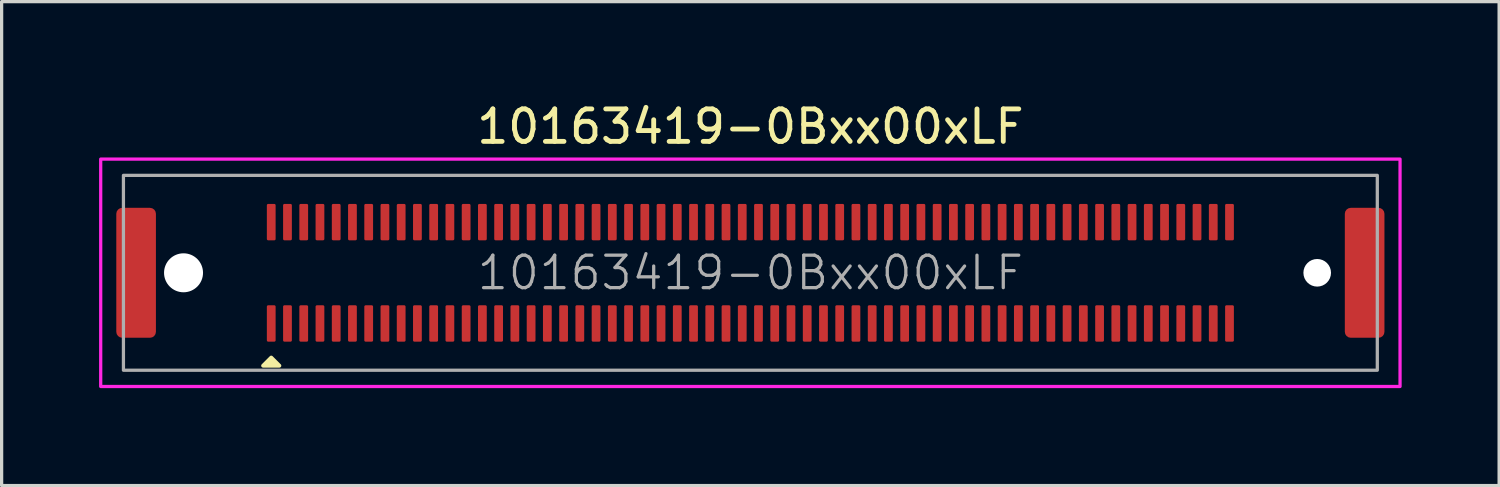
<source format=kicad_pcb>
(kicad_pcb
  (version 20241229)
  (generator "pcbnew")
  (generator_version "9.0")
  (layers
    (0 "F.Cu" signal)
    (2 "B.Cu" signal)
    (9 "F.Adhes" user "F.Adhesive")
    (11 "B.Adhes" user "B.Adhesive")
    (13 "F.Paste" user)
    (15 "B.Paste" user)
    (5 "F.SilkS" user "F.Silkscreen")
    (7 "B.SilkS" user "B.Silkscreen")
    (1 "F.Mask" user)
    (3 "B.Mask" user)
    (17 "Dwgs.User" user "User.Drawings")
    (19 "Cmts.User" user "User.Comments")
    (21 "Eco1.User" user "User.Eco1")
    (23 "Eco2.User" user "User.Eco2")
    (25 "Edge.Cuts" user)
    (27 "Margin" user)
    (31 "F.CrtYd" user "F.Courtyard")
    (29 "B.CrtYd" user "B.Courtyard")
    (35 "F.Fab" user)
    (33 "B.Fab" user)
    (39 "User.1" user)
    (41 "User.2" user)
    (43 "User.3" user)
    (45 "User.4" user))
  (footprint "10163419-0Bxx00xLF"
    (layer "F.Cu")
    (at 20.05 5.348)
    (property "Reference" "10163419-0Bxx00xLF" (at 0 -4.5 0) (unlocked yes) (layer "F.SilkS") (effects (font (size 1 1) (thickness 0.15))))
    (attr smd)
    (fp_poly (pts (xy -14.75 2.61) (xy -15 2.86) (xy -14.5 2.86)) (stroke (width 0.12) (type solid)) (fill yes) (layer "F.SilkS"))
    (fp_rect (start -20 -3.5) (end 20 3.5) (stroke (width 0.1) (type solid)) (fill no) (layer "F.CrtYd"))
    (fp_rect (start -19.3 -3) (end 19.3 3) (stroke (width 0.1) (type solid)) (fill no) (layer "F.Fab"))
    (fp_text user "${REFERENCE}" (at 0 0 0) (unlocked yes) (layer "F.Fab") (effects (font (size 1 1) (thickness 0.1))))
    (pad "" np_thru_hole circle (at -17.45 0 90) (size 1.2 1.2) (drill 1.2) (layers "*.Cu" "*.Mask"))
    (pad "" np_thru_hole circle (at 17.45 0 90) (size 0.85 0.85) (drill 0.85) (layers "*.Cu" "*.Mask"))
    (pad "1" smd roundrect (at -14.75 1.56) (size 0.27 1.12) (layers "F.Cu" "F.Mask" "F.Paste") (roundrect_rratio 0.15))
    (pad "2" smd roundrect (at -14.75 -1.56) (size 0.27 1.12) (layers "F.Cu" "F.Mask" "F.Paste") (roundrect_rratio 0.15))
    (pad "3" smd roundrect (at -14.25 1.56) (size 0.27 1.12) (layers "F.Cu" "F.Mask" "F.Paste") (roundrect_rratio 0.15))
    (pad "4" smd roundrect (at -14.25 -1.56) (size 0.27 1.12) (layers "F.Cu" "F.Mask" "F.Paste") (roundrect_rratio 0.15))
    (pad "5" smd roundrect (at -13.75 1.56) (size 0.27 1.12) (layers "F.Cu" "F.Mask" "F.Paste") (roundrect_rratio 0.15))
    (pad "6" smd roundrect (at -13.75 -1.56) (size 0.27 1.12) (layers "F.Cu" "F.Mask" "F.Paste") (roundrect_rratio 0.15))
    (pad "7" smd roundrect (at -13.25 1.56) (size 0.27 1.12) (layers "F.Cu" "F.Mask" "F.Paste") (roundrect_rratio 0.15))
    (pad "8" smd roundrect (at -13.25 -1.56) (size 0.27 1.12) (layers "F.Cu" "F.Mask" "F.Paste") (roundrect_rratio 0.15))
    (pad "9" smd roundrect (at -12.75 1.56) (size 0.27 1.12) (layers "F.Cu" "F.Mask" "F.Paste") (roundrect_rratio 0.15))
    (pad "10" smd roundrect (at -12.75 -1.56) (size 0.27 1.12) (layers "F.Cu" "F.Mask" "F.Paste") (roundrect_rratio 0.15))
    (pad "11" smd roundrect (at -12.25 1.56) (size 0.27 1.12) (layers "F.Cu" "F.Mask" "F.Paste") (roundrect_rratio 0.15))
    (pad "12" smd roundrect (at -12.25 -1.56) (size 0.27 1.12) (layers "F.Cu" "F.Mask" "F.Paste") (roundrect_rratio 0.15))
    (pad "13" smd roundrect (at -11.75 1.56) (size 0.27 1.12) (layers "F.Cu" "F.Mask" "F.Paste") (roundrect_rratio 0.15))
    (pad "14" smd roundrect (at -11.75 -1.56) (size 0.27 1.12) (layers "F.Cu" "F.Mask" "F.Paste") (roundrect_rratio 0.15))
    (pad "15" smd roundrect (at -11.25 1.56) (size 0.27 1.12) (layers "F.Cu" "F.Mask" "F.Paste") (roundrect_rratio 0.15))
    (pad "16" smd roundrect (at -11.25 -1.56) (size 0.27 1.12) (layers "F.Cu" "F.Mask" "F.Paste") (roundrect_rratio 0.15))
    (pad "17" smd roundrect (at -10.75 1.56) (size 0.27 1.12) (layers "F.Cu" "F.Mask" "F.Paste") (roundrect_rratio 0.15))
    (pad "18" smd roundrect (at -10.75 -1.56) (size 0.27 1.12) (layers "F.Cu" "F.Mask" "F.Paste") (roundrect_rratio 0.15))
    (pad "19" smd roundrect (at -10.25 1.56) (size 0.27 1.12) (layers "F.Cu" "F.Mask" "F.Paste") (roundrect_rratio 0.15))
    (pad "20" smd roundrect (at -10.25 -1.56) (size 0.27 1.12) (layers "F.Cu" "F.Mask" "F.Paste") (roundrect_rratio 0.15))
    (pad "21" smd roundrect (at -9.75 1.56) (size 0.27 1.12) (layers "F.Cu" "F.Mask" "F.Paste") (roundrect_rratio 0.15))
    (pad "22" smd roundrect (at -9.75 -1.56) (size 0.27 1.12) (layers "F.Cu" "F.Mask" "F.Paste") (roundrect_rratio 0.15))
    (pad "23" smd roundrect (at -9.25 1.56) (size 0.27 1.12) (layers "F.Cu" "F.Mask" "F.Paste") (roundrect_rratio 0.15))
    (pad "24" smd roundrect (at -9.25 -1.56) (size 0.27 1.12) (layers "F.Cu" "F.Mask" "F.Paste") (roundrect_rratio 0.15))
    (pad "25" smd roundrect (at -8.75 1.56) (size 0.27 1.12) (layers "F.Cu" "F.Mask" "F.Paste") (roundrect_rratio 0.15))
    (pad "26" smd roundrect (at -8.75 -1.56) (size 0.27 1.12) (layers "F.Cu" "F.Mask" "F.Paste") (roundrect_rratio 0.15))
    (pad "27" smd roundrect (at -8.25 1.56) (size 0.27 1.12) (layers "F.Cu" "F.Mask" "F.Paste") (roundrect_rratio 0.15))
    (pad "28" smd roundrect (at -8.25 -1.56) (size 0.27 1.12) (layers "F.Cu" "F.Mask" "F.Paste") (roundrect_rratio 0.15))
    (pad "29" smd roundrect (at -7.75 1.56) (size 0.27 1.12) (layers "F.Cu" "F.Mask" "F.Paste") (roundrect_rratio 0.15))
    (pad "30" smd roundrect (at -7.75 -1.56) (size 0.27 1.12) (layers "F.Cu" "F.Mask" "F.Paste") (roundrect_rratio 0.15))
    (pad "31" smd roundrect (at -7.25 1.56) (size 0.27 1.12) (layers "F.Cu" "F.Mask" "F.Paste") (roundrect_rratio 0.15))
    (pad "32" smd roundrect (at -7.25 -1.56) (size 0.27 1.12) (layers "F.Cu" "F.Mask" "F.Paste") (roundrect_rratio 0.15))
    (pad "33" smd roundrect (at -6.75 1.56) (size 0.27 1.12) (layers "F.Cu" "F.Mask" "F.Paste") (roundrect_rratio 0.15))
    (pad "34" smd roundrect (at -6.75 -1.56) (size 0.27 1.12) (layers "F.Cu" "F.Mask" "F.Paste") (roundrect_rratio 0.15))
    (pad "35" smd roundrect (at -6.25 1.56) (size 0.27 1.12) (layers "F.Cu" "F.Mask" "F.Paste") (roundrect_rratio 0.15))
    (pad "36" smd roundrect (at -6.25 -1.56) (size 0.27 1.12) (layers "F.Cu" "F.Mask" "F.Paste") (roundrect_rratio 0.15))
    (pad "37" smd roundrect (at -5.75 1.56) (size 0.27 1.12) (layers "F.Cu" "F.Mask" "F.Paste") (roundrect_rratio 0.15))
    (pad "38" smd roundrect (at -5.75 -1.56) (size 0.27 1.12) (layers "F.Cu" "F.Mask" "F.Paste") (roundrect_rratio 0.15))
    (pad "39" smd roundrect (at -5.25 1.56) (size 0.27 1.12) (layers "F.Cu" "F.Mask" "F.Paste") (roundrect_rratio 0.15))
    (pad "40" smd roundrect (at -5.25 -1.56) (size 0.27 1.12) (layers "F.Cu" "F.Mask" "F.Paste") (roundrect_rratio 0.15))
    (pad "41" smd roundrect (at -4.75 1.56) (size 0.27 1.12) (layers "F.Cu" "F.Mask" "F.Paste") (roundrect_rratio 0.15))
    (pad "42" smd roundrect (at -4.75 -1.56) (size 0.27 1.12) (layers "F.Cu" "F.Mask" "F.Paste") (roundrect_rratio 0.15))
    (pad "43" smd roundrect (at -4.25 1.56) (size 0.27 1.12) (layers "F.Cu" "F.Mask" "F.Paste") (roundrect_rratio 0.15))
    (pad "44" smd roundrect (at -4.25 -1.56) (size 0.27 1.12) (layers "F.Cu" "F.Mask" "F.Paste") (roundrect_rratio 0.15))
    (pad "45" smd roundrect (at -3.75 1.56) (size 0.27 1.12) (layers "F.Cu" "F.Mask" "F.Paste") (roundrect_rratio 0.15))
    (pad "46" smd roundrect (at -3.75 -1.56) (size 0.27 1.12) (layers "F.Cu" "F.Mask" "F.Paste") (roundrect_rratio 0.15))
    (pad "47" smd roundrect (at -3.25 1.56) (size 0.27 1.12) (layers "F.Cu" "F.Mask" "F.Paste") (roundrect_rratio 0.15))
    (pad "48" smd roundrect (at -3.25 -1.56) (size 0.27 1.12) (layers "F.Cu" "F.Mask" "F.Paste") (roundrect_rratio 0.15))
    (pad "49" smd roundrect (at -2.75 1.56) (size 0.27 1.12) (layers "F.Cu" "F.Mask" "F.Paste") (roundrect_rratio 0.15))
    (pad "50" smd roundrect (at -2.75 -1.56) (size 0.27 1.12) (layers "F.Cu" "F.Mask" "F.Paste") (roundrect_rratio 0.15))
    (pad "51" smd roundrect (at -2.25 1.56) (size 0.27 1.12) (layers "F.Cu" "F.Mask" "F.Paste") (roundrect_rratio 0.15))
    (pad "52" smd roundrect (at -2.25 -1.56) (size 0.27 1.12) (layers "F.Cu" "F.Mask" "F.Paste") (roundrect_rratio 0.15))
    (pad "53" smd roundrect (at -1.75 1.56) (size 0.27 1.12) (layers "F.Cu" "F.Mask" "F.Paste") (roundrect_rratio 0.15))
    (pad "54" smd roundrect (at -1.75 -1.56) (size 0.27 1.12) (layers "F.Cu" "F.Mask" "F.Paste") (roundrect_rratio 0.15))
    (pad "55" smd roundrect (at -1.25 1.56) (size 0.27 1.12) (layers "F.Cu" "F.Mask" "F.Paste") (roundrect_rratio 0.15))
    (pad "56" smd roundrect (at -1.25 -1.56) (size 0.27 1.12) (layers "F.Cu" "F.Mask" "F.Paste") (roundrect_rratio 0.15))
    (pad "57" smd roundrect (at -0.75 1.56) (size 0.27 1.12) (layers "F.Cu" "F.Mask" "F.Paste") (roundrect_rratio 0.15))
    (pad "58" smd roundrect (at -0.75 -1.56) (size 0.27 1.12) (layers "F.Cu" "F.Mask" "F.Paste") (roundrect_rratio 0.15))
    (pad "59" smd roundrect (at -0.25 1.56) (size 0.27 1.12) (layers "F.Cu" "F.Mask" "F.Paste") (roundrect_rratio 0.15))
    (pad "60" smd roundrect (at -0.25 -1.56) (size 0.27 1.12) (layers "F.Cu" "F.Mask" "F.Paste") (roundrect_rratio 0.15))
    (pad "61" smd roundrect (at 0.25 1.56) (size 0.27 1.12) (layers "F.Cu" "F.Mask" "F.Paste") (roundrect_rratio 0.15))
    (pad "62" smd roundrect (at 0.25 -1.56) (size 0.27 1.12) (layers "F.Cu" "F.Mask" "F.Paste") (roundrect_rratio 0.15))
    (pad "63" smd roundrect (at 0.75 1.56) (size 0.27 1.12) (layers "F.Cu" "F.Mask" "F.Paste") (roundrect_rratio 0.15))
    (pad "64" smd roundrect (at 0.75 -1.56) (size 0.27 1.12) (layers "F.Cu" "F.Mask" "F.Paste") (roundrect_rratio 0.15))
    (pad "65" smd roundrect (at 1.25 1.56) (size 0.27 1.12) (layers "F.Cu" "F.Mask" "F.Paste") (roundrect_rratio 0.15))
    (pad "66" smd roundrect (at 1.25 -1.56) (size 0.27 1.12) (layers "F.Cu" "F.Mask" "F.Paste") (roundrect_rratio 0.15))
    (pad "67" smd roundrect (at 1.75 1.56) (size 0.27 1.12) (layers "F.Cu" "F.Mask" "F.Paste") (roundrect_rratio 0.15))
    (pad "68" smd roundrect (at 1.75 -1.56) (size 0.27 1.12) (layers "F.Cu" "F.Mask" "F.Paste") (roundrect_rratio 0.15))
    (pad "69" smd roundrect (at 2.25 1.56) (size 0.27 1.12) (layers "F.Cu" "F.Mask" "F.Paste") (roundrect_rratio 0.15))
    (pad "70" smd roundrect (at 2.25 -1.56) (size 0.27 1.12) (layers "F.Cu" "F.Mask" "F.Paste") (roundrect_rratio 0.15))
    (pad "71" smd roundrect (at 2.75 1.56) (size 0.27 1.12) (layers "F.Cu" "F.Mask" "F.Paste") (roundrect_rratio 0.15))
    (pad "72" smd roundrect (at 2.75 -1.56) (size 0.27 1.12) (layers "F.Cu" "F.Mask" "F.Paste") (roundrect_rratio 0.15))
    (pad "73" smd roundrect (at 3.25 1.56) (size 0.27 1.12) (layers "F.Cu" "F.Mask" "F.Paste") (roundrect_rratio 0.15))
    (pad "74" smd roundrect (at 3.25 -1.56) (size 0.27 1.12) (layers "F.Cu" "F.Mask" "F.Paste") (roundrect_rratio 0.15))
    (pad "75" smd roundrect (at 3.75 1.56) (size 0.27 1.12) (layers "F.Cu" "F.Mask" "F.Paste") (roundrect_rratio 0.15))
    (pad "76" smd roundrect (at 3.75 -1.56) (size 0.27 1.12) (layers "F.Cu" "F.Mask" "F.Paste") (roundrect_rratio 0.15))
    (pad "77" smd roundrect (at 4.25 1.56) (size 0.27 1.12) (layers "F.Cu" "F.Mask" "F.Paste") (roundrect_rratio 0.15))
    (pad "78" smd roundrect (at 4.25 -1.56) (size 0.27 1.12) (layers "F.Cu" "F.Mask" "F.Paste") (roundrect_rratio 0.15))
    (pad "79" smd roundrect (at 4.75 1.56) (size 0.27 1.12) (layers "F.Cu" "F.Mask" "F.Paste") (roundrect_rratio 0.15))
    (pad "80" smd roundrect (at 4.75 -1.56) (size 0.27 1.12) (layers "F.Cu" "F.Mask" "F.Paste") (roundrect_rratio 0.15))
    (pad "81" smd roundrect (at 5.25 1.56) (size 0.27 1.12) (layers "F.Cu" "F.Mask" "F.Paste") (roundrect_rratio 0.15))
    (pad "82" smd roundrect (at 5.25 -1.56) (size 0.27 1.12) (layers "F.Cu" "F.Mask" "F.Paste") (roundrect_rratio 0.15))
    (pad "83" smd roundrect (at 5.75 1.56) (size 0.27 1.12) (layers "F.Cu" "F.Mask" "F.Paste") (roundrect_rratio 0.15))
    (pad "84" smd roundrect (at 5.75 -1.56) (size 0.27 1.12) (layers "F.Cu" "F.Mask" "F.Paste") (roundrect_rratio 0.15))
    (pad "85" smd roundrect (at 6.25 1.56) (size 0.27 1.12) (layers "F.Cu" "F.Mask" "F.Paste") (roundrect_rratio 0.15))
    (pad "86" smd roundrect (at 6.25 -1.56) (size 0.27 1.12) (layers "F.Cu" "F.Mask" "F.Paste") (roundrect_rratio 0.15))
    (pad "87" smd roundrect (at 6.75 1.56) (size 0.27 1.12) (layers "F.Cu" "F.Mask" "F.Paste") (roundrect_rratio 0.15))
    (pad "88" smd roundrect (at 6.75 -1.56) (size 0.27 1.12) (layers "F.Cu" "F.Mask" "F.Paste") (roundrect_rratio 0.15))
    (pad "89" smd roundrect (at 7.25 1.56) (size 0.27 1.12) (layers "F.Cu" "F.Mask" "F.Paste") (roundrect_rratio 0.15))
    (pad "90" smd roundrect (at 7.25 -1.56) (size 0.27 1.12) (layers "F.Cu" "F.Mask" "F.Paste") (roundrect_rratio 0.15))
    (pad "91" smd roundrect (at 7.75 1.56) (size 0.27 1.12) (layers "F.Cu" "F.Mask" "F.Paste") (roundrect_rratio 0.15))
    (pad "92" smd roundrect (at 7.75 -1.56) (size 0.27 1.12) (layers "F.Cu" "F.Mask" "F.Paste") (roundrect_rratio 0.15))
    (pad "93" smd roundrect (at 8.25 1.56) (size 0.27 1.12) (layers "F.Cu" "F.Mask" "F.Paste") (roundrect_rratio 0.15))
    (pad "94" smd roundrect (at 8.25 -1.56) (size 0.27 1.12) (layers "F.Cu" "F.Mask" "F.Paste") (roundrect_rratio 0.15))
    (pad "95" smd roundrect (at 8.75 1.56) (size 0.27 1.12) (layers "F.Cu" "F.Mask" "F.Paste") (roundrect_rratio 0.15))
    (pad "96" smd roundrect (at 8.75 -1.56) (size 0.27 1.12) (layers "F.Cu" "F.Mask" "F.Paste") (roundrect_rratio 0.15))
    (pad "97" smd roundrect (at 9.25 1.56) (size 0.27 1.12) (layers "F.Cu" "F.Mask" "F.Paste") (roundrect_rratio 0.15))
    (pad "98" smd roundrect (at 9.25 -1.56) (size 0.27 1.12) (layers "F.Cu" "F.Mask" "F.Paste") (roundrect_rratio 0.15))
    (pad "99" smd roundrect (at 9.75 1.56) (size 0.27 1.12) (layers "F.Cu" "F.Mask" "F.Paste") (roundrect_rratio 0.15))
    (pad "100" smd roundrect (at 9.75 -1.56) (size 0.27 1.12) (layers "F.Cu" "F.Mask" "F.Paste") (roundrect_rratio 0.15))
    (pad "101" smd roundrect (at 10.25 1.56) (size 0.27 1.12) (layers "F.Cu" "F.Mask" "F.Paste") (roundrect_rratio 0.15))
    (pad "102" smd roundrect (at 10.25 -1.56) (size 0.27 1.12) (layers "F.Cu" "F.Mask" "F.Paste") (roundrect_rratio 0.15))
    (pad "103" smd roundrect (at 10.75 1.56) (size 0.27 1.12) (layers "F.Cu" "F.Mask" "F.Paste") (roundrect_rratio 0.15))
    (pad "104" smd roundrect (at 10.75 -1.56) (size 0.27 1.12) (layers "F.Cu" "F.Mask" "F.Paste") (roundrect_rratio 0.15))
    (pad "105" smd roundrect (at 11.25 1.56) (size 0.27 1.12) (layers "F.Cu" "F.Mask" "F.Paste") (roundrect_rratio 0.15))
    (pad "106" smd roundrect (at 11.25 -1.56) (size 0.27 1.12) (layers "F.Cu" "F.Mask" "F.Paste") (roundrect_rratio 0.15))
    (pad "107" smd roundrect (at 11.75 1.56) (size 0.27 1.12) (layers "F.Cu" "F.Mask" "F.Paste") (roundrect_rratio 0.15))
    (pad "108" smd roundrect (at 11.75 -1.56) (size 0.27 1.12) (layers "F.Cu" "F.Mask" "F.Paste") (roundrect_rratio 0.15))
    (pad "109" smd roundrect (at 12.25 1.56) (size 0.27 1.12) (layers "F.Cu" "F.Mask" "F.Paste") (roundrect_rratio 0.15))
    (pad "110" smd roundrect (at 12.25 -1.56) (size 0.27 1.12) (layers "F.Cu" "F.Mask" "F.Paste") (roundrect_rratio 0.15))
    (pad "111" smd roundrect (at 12.75 1.56) (size 0.27 1.12) (layers "F.Cu" "F.Mask" "F.Paste") (roundrect_rratio 0.15))
    (pad "112" smd roundrect (at 12.75 -1.56) (size 0.27 1.12) (layers "F.Cu" "F.Mask" "F.Paste") (roundrect_rratio 0.15))
    (pad "113" smd roundrect (at 13.25 1.56) (size 0.27 1.12) (layers "F.Cu" "F.Mask" "F.Paste") (roundrect_rratio 0.15))
    (pad "114" smd roundrect (at 13.25 -1.56) (size 0.27 1.12) (layers "F.Cu" "F.Mask" "F.Paste") (roundrect_rratio 0.15))
    (pad "115" smd roundrect (at 13.75 1.56) (size 0.27 1.12) (layers "F.Cu" "F.Mask" "F.Paste") (roundrect_rratio 0.15))
    (pad "116" smd roundrect (at 13.75 -1.56) (size 0.27 1.12) (layers "F.Cu" "F.Mask" "F.Paste") (roundrect_rratio 0.15))
    (pad "117" smd roundrect (at 14.25 1.56) (size 0.27 1.12) (layers "F.Cu" "F.Mask" "F.Paste") (roundrect_rratio 0.15))
    (pad "118" smd roundrect (at 14.25 -1.56) (size 0.27 1.12) (layers "F.Cu" "F.Mask" "F.Paste") (roundrect_rratio 0.15))
    (pad "119" smd roundrect (at 14.75 1.56) (size 0.27 1.12) (layers "F.Cu" "F.Mask" "F.Paste") (roundrect_rratio 0.15))
    (pad "120" smd roundrect (at 14.75 -1.56) (size 0.27 1.12) (layers "F.Cu" "F.Mask" "F.Paste") (roundrect_rratio 0.15))
    (pad "MP" smd roundrect (at -18.91 0 90) (size 4 1.22) (layers "F.Cu" "F.Mask" "F.Paste") (roundrect_rratio 0.15))
    (pad "MP" smd roundrect (at 18.91 0 90) (size 4 1.22) (layers "F.Cu" "F.Mask" "F.Paste") (roundrect_rratio 0.15)))
  (gr_rect
    (start -3 -3)
    (end 43.1 11.898)
    (stroke (width 0.1) (type default))
    (fill no)
    (layer "Edge.Cuts")))
</source>
